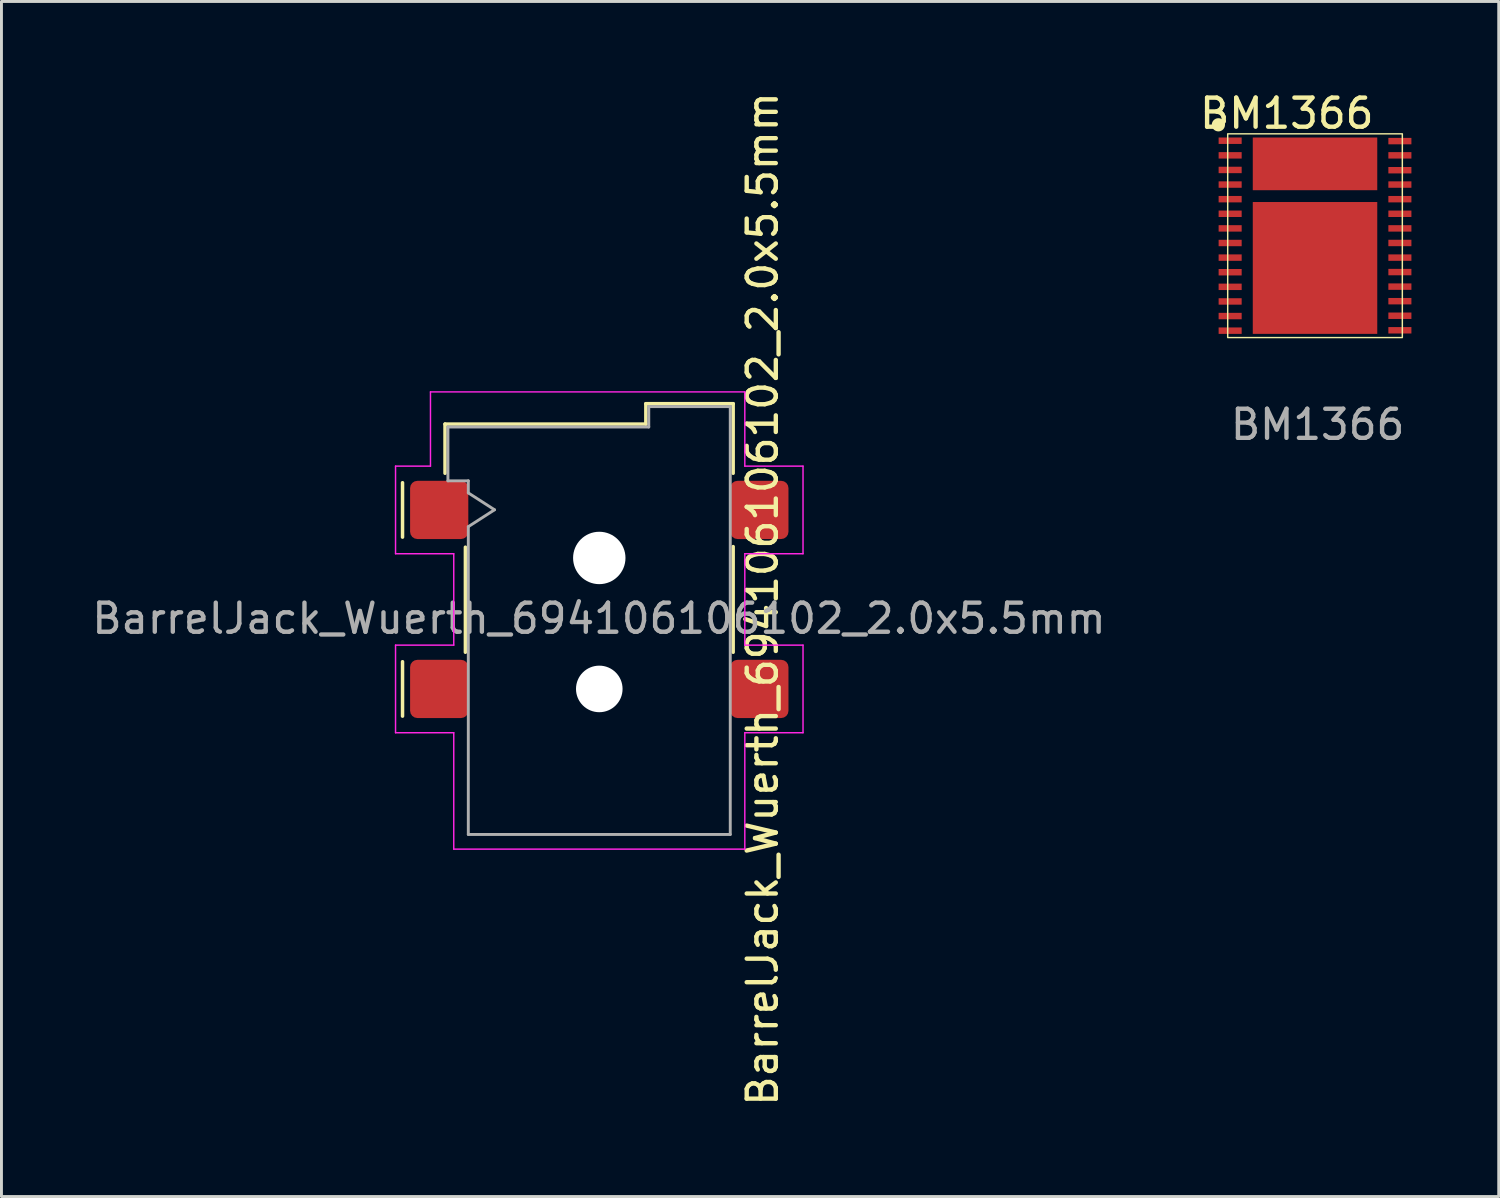
<source format=kicad_pcb>
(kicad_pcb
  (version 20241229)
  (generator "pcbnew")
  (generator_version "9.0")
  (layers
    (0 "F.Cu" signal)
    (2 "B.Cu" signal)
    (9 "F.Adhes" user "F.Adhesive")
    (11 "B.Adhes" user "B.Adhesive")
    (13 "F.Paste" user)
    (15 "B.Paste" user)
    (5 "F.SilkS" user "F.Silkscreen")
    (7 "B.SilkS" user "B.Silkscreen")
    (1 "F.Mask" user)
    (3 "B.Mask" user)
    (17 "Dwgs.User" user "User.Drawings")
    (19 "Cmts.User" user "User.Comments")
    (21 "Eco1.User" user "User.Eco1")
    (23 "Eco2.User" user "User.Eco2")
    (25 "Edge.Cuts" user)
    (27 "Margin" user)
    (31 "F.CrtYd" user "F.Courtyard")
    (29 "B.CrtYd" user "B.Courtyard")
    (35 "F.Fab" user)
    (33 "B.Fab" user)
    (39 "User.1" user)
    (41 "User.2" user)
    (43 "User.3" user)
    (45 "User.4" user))
  (footprint "BM1366"
    (layer "F.Cu")
    (at 42.131 5.048)
    (property "Reference" "BM1366" (at -0.97 -4.2 0) (unlocked yes) (layer "F.SilkS") (effects (font (size 1 1) (thickness 0.15))))
    (attr smd)
    (fp_rect (start -3 -3.5) (end 3 3.5) (stroke (width 0.05) (type default)) (fill no) (layer "F.SilkS"))
    (fp_circle (center -3.32 -3.81) (end -3.118 -3.81) (stroke (width 0.05) (type solid)) (fill yes) (layer "F.SilkS"))
    (fp_rect (start -1.63 -0.825) (end -0.43 -0.035) (stroke (width 0.001) (type solid)) (fill yes) (layer "F.Paste"))
    (fp_rect (start -1.63 2.205) (end -0.43 2.995) (stroke (width 0.001) (type solid)) (fill yes) (layer "F.Paste"))
    (fp_rect (start -1.61 0.765) (end -0.41 1.555) (stroke (width 0.001) (type solid)) (fill yes) (layer "F.Paste"))
    (fp_rect (start -1.58 -2.905) (end -0.38 -2.115) (stroke (width 0.001) (type solid)) (fill yes) (layer "F.Paste"))
    (fp_rect (start 0.5 -0.83) (end 1.7 -0.04) (stroke (width 0.001) (type solid)) (fill yes) (layer "F.Paste"))
    (fp_rect (start 0.5 2.2) (end 1.7 2.99) (stroke (width 0.001) (type solid)) (fill yes) (layer "F.Paste"))
    (fp_rect (start 0.52 0.76) (end 1.72 1.55) (stroke (width 0.001) (type solid)) (fill yes) (layer "F.Paste"))
    (fp_rect (start 0.55 -2.91) (end 1.75 -2.12) (stroke (width 0.001) (type solid)) (fill yes) (layer "F.Paste"))
    (fp_text user "${REFERENCE}" (at 0.09 6.49 0) (unlocked yes) (layer "F.Fab") (effects (font (size 1 1) (thickness 0.15))))
    (pad "1" smd rect (at -2.916 -3.263) (size 0.792 0.221) (layers "F.Cu" "F.Mask" "F.Paste"))
    (pad "2" smd rect (at -2.916 -2.761) (size 0.792 0.221) (layers "F.Cu" "F.Mask" "F.Paste"))
    (pad "3" smd rect (at -2.916 -2.259) (size 0.792 0.221) (layers "F.Cu" "F.Mask" "F.Paste"))
    (pad "4" smd rect (at -2.916 -1.757) (size 0.792 0.221) (layers "F.Cu" "F.Mask" "F.Paste"))
    (pad "5" smd rect (at -2.916 -1.255) (size 0.792 0.221) (layers "F.Cu" "F.Mask" "F.Paste"))
    (pad "6" smd rect (at -2.916 -0.753) (size 0.792 0.221) (layers "F.Cu" "F.Mask" "F.Paste"))
    (pad "7" smd rect (at -2.916 -0.251) (size 0.792 0.221) (layers "F.Cu" "F.Mask" "F.Paste"))
    (pad "8" smd rect (at -2.916 0.251) (size 0.792 0.221) (layers "F.Cu" "F.Mask" "F.Paste"))
    (pad "9" smd rect (at -2.916 0.753) (size 0.792 0.221) (layers "F.Cu" "F.Mask" "F.Paste"))
    (pad "10" smd rect (at -2.916 1.255) (size 0.792 0.221) (layers "F.Cu" "F.Mask" "F.Paste"))
    (pad "11" smd rect (at -2.916 1.757) (size 0.792 0.221) (layers "F.Cu" "F.Mask" "F.Paste"))
    (pad "12" smd rect (at -2.916 2.259) (size 0.792 0.221) (layers "F.Cu" "F.Mask" "F.Paste"))
    (pad "13" smd rect (at -2.916 2.761) (size 0.792 0.221) (layers "F.Cu" "F.Mask" "F.Paste"))
    (pad "14" smd rect (at -2.916 3.263) (size 0.792 0.221) (layers "F.Cu" "F.Mask" "F.Paste"))
    (pad "15" smd rect (at 2.916 3.25) (size 0.792 0.221) (layers "F.Cu" "F.Mask" "F.Paste"))
    (pad "16" smd rect (at 2.916 2.75) (size 0.792 0.221) (layers "F.Cu" "F.Mask" "F.Paste"))
    (pad "17" smd rect (at 2.916 2.25) (size 0.792 0.221) (layers "F.Cu" "F.Mask" "F.Paste"))
    (pad "18" smd rect (at 2.916 1.75) (size 0.792 0.221) (layers "F.Cu" "F.Mask" "F.Paste"))
    (pad "19" smd rect (at 2.916 1.25) (size 0.792 0.221) (layers "F.Cu" "F.Mask" "F.Paste"))
    (pad "20" smd rect (at 2.916 0.753) (size 0.792 0.221) (layers "F.Cu" "F.Mask" "F.Paste"))
    (pad "21" smd rect (at 2.916 0.25) (size 0.792 0.221) (layers "F.Cu" "F.Mask" "F.Paste"))
    (pad "22" smd rect (at 2.916 -0.251) (size 0.792 0.221) (layers "F.Cu" "F.Mask" "F.Paste"))
    (pad "23" smd rect (at 2.916 -0.753) (size 0.792 0.221) (layers "F.Cu" "F.Mask" "F.Paste"))
    (pad "24" smd rect (at 2.916 -1.255) (size 0.792 0.221) (layers "F.Cu" "F.Mask" "F.Paste"))
    (pad "25" smd rect (at 2.916 -1.757) (size 0.792 0.221) (layers "F.Cu" "F.Mask" "F.Paste"))
    (pad "26" smd rect (at 2.916 -2.25) (size 0.792 0.221) (layers "F.Cu" "F.Mask" "F.Paste"))
    (pad "27" smd rect (at 2.916 -2.761) (size 0.792 0.221) (layers "F.Cu" "F.Mask" "F.Paste"))
    (pad "28" smd rect (at 2.916 -3.25) (size 0.792 0.221) (layers "F.Cu" "F.Mask" "F.Paste"))
    (pad "29" smd rect (at 0 -2.468) (size 4.277 1.81) (layers "F.Cu" "F.Mask"))
    (pad "30" smd rect (at 0 1.108) (size 4.277 4.53) (layers "F.Cu" "F.Mask")))
  (footprint "BarrelJack_Wuerth_694106106102_2.0x5.5mm"
    (layer "F.Cu")
    (at 17.54 17.545)
    (property "Reference" "BarrelJack_Wuerth_694106106102_2.0x5.5mm" (at 5.61 -0.015 270) (layer "F.SilkS") (effects (font (size 1 1) (thickness 0.15))))
    (attr smd)
    (fp_circle (center 0 -1.425) (end 0.9 -1.425) (stroke (width 0.12) (type solid)) (fill no) (layer "B.Mask"))
    (fp_circle (center 0 3.075) (end 0.8 3.075) (stroke (width 0.12) (type solid)) (fill no) (layer "B.Mask"))
    (fp_line (start -6.76 -4.01) (end -6.76 -2.14) (stroke (width 0.12) (type default)) (layer "F.SilkS"))
    (fp_line (start -6.76 2.14) (end -6.76 4.01) (stroke (width 0.12) (type default)) (layer "F.SilkS"))
    (fp_line (start -5.3 -4.335) (end -5.3 -6.025) (stroke (width 0.12) (type solid)) (layer "F.SilkS"))
    (fp_line (start -4.6 -1.795) (end -4.6 1.815) (stroke (width 0.12) (type solid)) (layer "F.SilkS"))
    (fp_line (start 1.6 -6.725) (end 1.6 -6.025) (stroke (width 0.12) (type solid)) (layer "F.SilkS"))
    (fp_line (start 1.6 -6.025) (end -5.3 -6.025) (stroke (width 0.12) (type solid)) (layer "F.SilkS"))
    (fp_line (start 4.6 -6.725) (end 1.6 -6.725) (stroke (width 0.12) (type solid)) (layer "F.SilkS"))
    (fp_line (start 4.6 -6.725) (end 4.6 -4.335) (stroke (width 0.12) (type default)) (layer "F.SilkS"))
    (fp_line (start 4.6 -1.815) (end 4.6 1.815) (stroke (width 0.12) (type solid)) (layer "F.SilkS"))
    (fp_line (start -7 -4.58) (end -7 -1.57) (stroke (width 0.05) (type default)) (layer "F.CrtYd"))
    (fp_line (start -7 1.57) (end -7 4.58) (stroke (width 0.05) (type default)) (layer "F.CrtYd"))
    (fp_line (start -5.8 -7.13) (end -5.8 -4.58) (stroke (width 0.05) (type default)) (layer "F.CrtYd"))
    (fp_line (start -5.8 -7.13) (end 5 -7.13) (stroke (width 0.05) (type solid)) (layer "F.CrtYd"))
    (fp_line (start -5.8 -4.58) (end -7 -4.58) (stroke (width 0.05) (type default)) (layer "F.CrtYd"))
    (fp_line (start -5 -1.57) (end -7 -1.57) (stroke (width 0.05) (type default)) (layer "F.CrtYd"))
    (fp_line (start -5 -1.57) (end -5 1.57) (stroke (width 0.05) (type default)) (layer "F.CrtYd"))
    (fp_line (start -5 1.57) (end -7 1.57) (stroke (width 0.05) (type default)) (layer "F.CrtYd"))
    (fp_line (start -5 4.58) (end -7 4.58) (stroke (width 0.05) (type default)) (layer "F.CrtYd"))
    (fp_line (start -5 8.58) (end -5 4.58) (stroke (width 0.05) (type solid)) (layer "F.CrtYd"))
    (fp_line (start 5 -7.13) (end 5 -4.58) (stroke (width 0.05) (type default)) (layer "F.CrtYd"))
    (fp_line (start 5 -4.58) (end 7 -4.58) (stroke (width 0.05) (type default)) (layer "F.CrtYd"))
    (fp_line (start 5 -1.57) (end 5 1.57) (stroke (width 0.05) (type default)) (layer "F.CrtYd"))
    (fp_line (start 5 1.57) (end 7 1.57) (stroke (width 0.05) (type default)) (layer "F.CrtYd"))
    (fp_line (start 5 4.58) (end 5 8.58) (stroke (width 0.05) (type default)) (layer "F.CrtYd"))
    (fp_line (start 5 8.58) (end -5 8.58) (stroke (width 0.05) (type solid)) (layer "F.CrtYd"))
    (fp_line (start 7 -4.58) (end 7 -1.57) (stroke (width 0.05) (type default)) (layer "F.CrtYd"))
    (fp_line (start 7 -1.57) (end 5 -1.57) (stroke (width 0.05) (type default)) (layer "F.CrtYd"))
    (fp_line (start 7 1.57) (end 7 4.58) (stroke (width 0.05) (type default)) (layer "F.CrtYd"))
    (fp_line (start 7 4.58) (end 5 4.58) (stroke (width 0.05) (type default)) (layer "F.CrtYd"))
    (fp_line (start -5.2 -5.925) (end -5.2 -4.075) (stroke (width 0.1) (type default)) (layer "F.Fab"))
    (fp_line (start -5.2 -4.075) (end -4.5 -4.075) (stroke (width 0.1) (type default)) (layer "F.Fab"))
    (fp_line (start -4.5 -4.075) (end -4.5 -3.66) (stroke (width 0.1) (type default)) (layer "F.Fab"))
    (fp_line (start -4.5 -3.66) (end -3.6 -3.08) (stroke (width 0.1) (type default)) (layer "F.Fab"))
    (fp_line (start -4.5 -2.5) (end -4.5 8.075) (stroke (width 0.1) (type default)) (layer "F.Fab"))
    (fp_line (start -4.5 8.075) (end 4.5 8.075) (stroke (width 0.1) (type default)) (layer "F.Fab"))
    (fp_line (start -3.6 -3.08) (end -4.5 -2.5) (stroke (width 0.1) (type default)) (layer "F.Fab"))
    (fp_line (start 1.7 -6.625) (end 1.7 -5.925) (stroke (width 0.1) (type default)) (layer "F.Fab"))
    (fp_line (start 1.7 -5.925) (end -5.2 -5.925) (stroke (width 0.1) (type default)) (layer "F.Fab"))
    (fp_line (start 4.5 -6.625) (end 1.7 -6.625) (stroke (width 0.1) (type default)) (layer "F.Fab"))
    (fp_line (start 4.5 8.075) (end 4.5 -6.625) (stroke (width 0.1) (type default)) (layer "F.Fab"))
    (fp_text user "${REFERENCE}" (at -0.01 0.655 0) (layer "F.Fab") (effects (font (size 1 1) (thickness 0.15))))
    (pad "" np_thru_hole circle (at 0 -1.425) (size 1.8 1.8) (drill 1.8) (layers "*.Cu" "*.Mask"))
    (pad "" np_thru_hole circle (at 0 3.075) (size 1.6 1.6) (drill 1.6) (layers "*.Cu" "*.Mask"))
    (pad "1" smd roundrect (at -5.5 -3.075) (size 2 2) (layers "F.Cu" "F.Mask" "F.Paste") (roundrect_rratio 0.125))
    (pad "1" smd roundrect (at -5.5 3.075) (size 2 2) (layers "F.Cu" "F.Mask" "F.Paste") (roundrect_rratio 0.125))
    (pad "2" smd roundrect (at 5.5 3.075) (size 2 2) (layers "F.Cu" "F.Mask" "F.Paste") (roundrect_rratio 0.125))
    (pad "3" smd roundrect (at 5.5 -3.075) (size 2 2) (layers "F.Cu" "F.Mask" "F.Paste") (roundrect_rratio 0.125)))
  (gr_rect
    (start -3 -3)
    (end 48.443 38.06)
    (stroke (width 0.1) (type default))
    (fill no)
    (layer "Edge.Cuts")))
</source>
